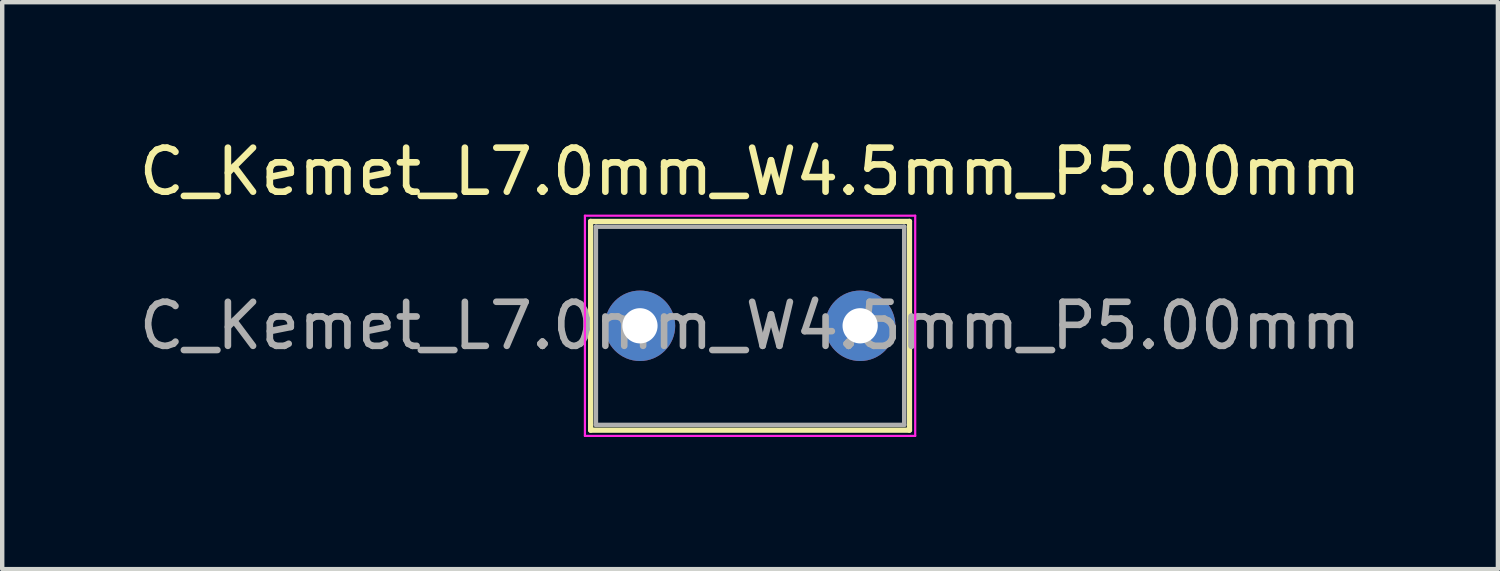
<source format=kicad_pcb>
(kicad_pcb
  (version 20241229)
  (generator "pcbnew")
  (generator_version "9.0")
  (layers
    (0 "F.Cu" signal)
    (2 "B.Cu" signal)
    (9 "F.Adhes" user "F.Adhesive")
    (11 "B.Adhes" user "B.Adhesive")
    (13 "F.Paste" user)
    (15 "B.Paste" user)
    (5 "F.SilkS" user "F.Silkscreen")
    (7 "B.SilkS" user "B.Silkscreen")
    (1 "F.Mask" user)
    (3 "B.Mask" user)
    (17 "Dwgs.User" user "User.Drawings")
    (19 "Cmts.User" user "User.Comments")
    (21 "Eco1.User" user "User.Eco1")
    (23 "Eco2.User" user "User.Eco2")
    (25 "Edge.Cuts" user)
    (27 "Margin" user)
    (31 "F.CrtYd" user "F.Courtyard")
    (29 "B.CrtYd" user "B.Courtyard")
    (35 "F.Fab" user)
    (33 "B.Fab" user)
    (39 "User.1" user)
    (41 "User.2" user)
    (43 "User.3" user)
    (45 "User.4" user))
  (footprint "C_Kemet_L7.0mm_W4.5mm_P5.00mm"
    (layer "F.Cu")
    (at 11.482 4.348)
    (property "Reference" "C_Kemet_L7.0mm_W4.5mm_P5.00mm" (at 2.5 -3.5 0) (layer "F.SilkS") (effects (font (size 1 1) (thickness 0.15))))
    (attr through_hole)
    (fp_line (start -1.12 -2.37) (end -1.12 2.37) (stroke (width 0.12) (type solid)) (layer "F.SilkS"))
    (fp_line (start -1.12 -2.37) (end 6.12 -2.37) (stroke (width 0.12) (type solid)) (layer "F.SilkS"))
    (fp_line (start -1.12 2.37) (end 6.12 2.37) (stroke (width 0.12) (type solid)) (layer "F.SilkS"))
    (fp_line (start 6.12 -2.37) (end 6.12 2.37) (stroke (width 0.12) (type solid)) (layer "F.SilkS"))
    (fp_line (start -1.25 -2.5) (end -1.25 2.5) (stroke (width 0.05) (type solid)) (layer "F.CrtYd"))
    (fp_line (start -1.25 2.5) (end 6.25 2.5) (stroke (width 0.05) (type solid)) (layer "F.CrtYd"))
    (fp_line (start 6.25 -2.5) (end -1.25 -2.5) (stroke (width 0.05) (type solid)) (layer "F.CrtYd"))
    (fp_line (start 6.25 2.5) (end 6.25 -2.5) (stroke (width 0.05) (type solid)) (layer "F.CrtYd"))
    (fp_line (start -1 -2.25) (end -1 2.25) (stroke (width 0.1) (type solid)) (layer "F.Fab"))
    (fp_line (start -1 2.25) (end 6 2.25) (stroke (width 0.1) (type solid)) (layer "F.Fab"))
    (fp_line (start 6 -2.25) (end -1 -2.25) (stroke (width 0.1) (type solid)) (layer "F.Fab"))
    (fp_line (start 6 2.25) (end 6 -2.25) (stroke (width 0.1) (type solid)) (layer "F.Fab"))
    (fp_text user "${REFERENCE}" (at 2.5 0 0) (layer "F.Fab") (effects (font (size 1 1) (thickness 0.15))))
    (pad "1" thru_hole circle (at 0 0) (size 1.6 1.6) (drill 0.8) (layers "*.Cu" "*.Mask"))
    (pad "2" thru_hole circle (at 5 0) (size 1.6 1.6) (drill 0.8) (layers "*.Cu" "*.Mask")))
  (gr_rect
    (start -3 -3)
    (end 30.964 9.873)
    (stroke (width 0.1) (type default))
    (fill no)
    (layer "Edge.Cuts")))
</source>
